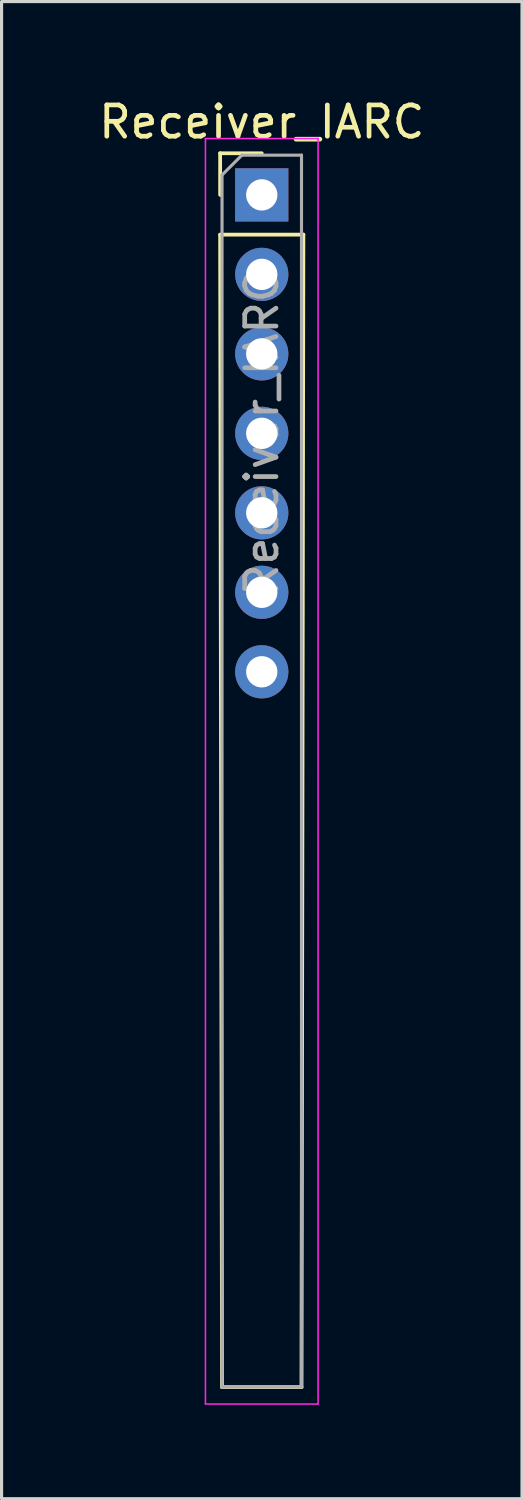
<source format=kicad_pcb>
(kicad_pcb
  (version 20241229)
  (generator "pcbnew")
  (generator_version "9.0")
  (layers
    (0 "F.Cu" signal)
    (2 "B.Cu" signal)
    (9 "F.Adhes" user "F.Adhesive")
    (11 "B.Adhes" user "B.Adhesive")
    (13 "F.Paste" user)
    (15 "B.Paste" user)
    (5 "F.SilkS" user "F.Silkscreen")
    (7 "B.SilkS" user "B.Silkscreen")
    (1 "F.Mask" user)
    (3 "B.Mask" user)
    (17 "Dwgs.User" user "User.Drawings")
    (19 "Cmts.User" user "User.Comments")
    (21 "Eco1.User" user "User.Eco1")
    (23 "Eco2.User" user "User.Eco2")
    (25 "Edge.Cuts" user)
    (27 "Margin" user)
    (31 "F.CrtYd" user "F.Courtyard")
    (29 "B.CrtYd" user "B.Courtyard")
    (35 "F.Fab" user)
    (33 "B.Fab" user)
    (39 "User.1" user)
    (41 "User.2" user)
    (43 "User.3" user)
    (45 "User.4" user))
  (footprint "Receiver_IARC"
    (layer "F.Cu")
    (at 5.315 3.178)
    (property "Reference" "Receiver_IARC" (at 0 -2.33 0) (layer "F.SilkS") (effects (font (size 1 1) (thickness 0.15))))
    (attr through_hole)
    (fp_line (start -1.33 -1.33) (end 0 -1.33) (stroke (width 0.12) (type solid)) (layer "F.SilkS"))
    (fp_line (start -1.33 0) (end -1.33 -1.33) (stroke (width 0.12) (type solid)) (layer "F.SilkS"))
    (fp_line (start -1.33 1.27) (end -1.27 38.1) (stroke (width 0.12) (type solid)) (layer "F.SilkS"))
    (fp_line (start -1.33 1.27) (end 1.33 1.27) (stroke (width 0.12) (type solid)) (layer "F.SilkS"))
    (fp_line (start -1.27 38.1) (end 1.27 38.1) (stroke (width 0.12) (type solid)) (layer "F.SilkS"))
    (fp_line (start 1.33 1.27) (end 1.27 38.1) (stroke (width 0.12) (type solid)) (layer "F.SilkS"))
    (fp_line (start -1.8 -1.8) (end -1.8 38.64) (stroke (width 0.05) (type solid)) (layer "F.CrtYd"))
    (fp_line (start -1.8 38.64) (end 1.8 38.64) (stroke (width 0.05) (type solid)) (layer "F.CrtYd"))
    (fp_line (start 1.8 -1.8) (end -1.8 -1.8) (stroke (width 0.05) (type solid)) (layer "F.CrtYd"))
    (fp_line (start 1.8 38.64) (end 1.8 -1.8) (stroke (width 0.05) (type solid)) (layer "F.CrtYd"))
    (fp_line (start -1.27 -0.635) (end -0.635 -1.27) (stroke (width 0.1) (type solid)) (layer "F.Fab"))
    (fp_line (start -1.27 38.1) (end -1.27 -0.635) (stroke (width 0.1) (type solid)) (layer "F.Fab"))
    (fp_line (start -0.635 -1.27) (end 1.27 -1.27) (stroke (width 0.1) (type solid)) (layer "F.Fab"))
    (fp_line (start 1.27 -1.27) (end 1.27 38.1) (stroke (width 0.1) (type solid)) (layer "F.Fab"))
    (fp_line (start 1.27 38.1) (end -1.27 38.1) (stroke (width 0.1) (type solid)) (layer "F.Fab"))
    (fp_text user "${REFERENCE}" (at 0 7.62 90) (layer "F.Fab") (effects (font (size 1 1) (thickness 0.15))))
    (pad "1" thru_hole rect (at 0 0) (size 1.7 1.7) (drill 1) (layers "*.Cu" "*.Mask"))
    (pad "2" thru_hole oval (at 0 2.54) (size 1.7 1.7) (drill 1) (layers "*.Cu" "*.Mask"))
    (pad "3" thru_hole oval (at 0 5.08) (size 1.7 1.7) (drill 1) (layers "*.Cu" "*.Mask"))
    (pad "4" thru_hole oval (at 0 7.62) (size 1.7 1.7) (drill 1) (layers "*.Cu" "*.Mask"))
    (pad "5" thru_hole oval (at 0 10.16) (size 1.7 1.7) (drill 1) (layers "*.Cu" "*.Mask"))
    (pad "6" thru_hole oval (at 0 12.7) (size 1.7 1.7) (drill 1) (layers "*.Cu" "*.Mask"))
    (pad "7" thru_hole oval (at 0 15.24) (size 1.7 1.7) (drill 1) (layers "*.Cu" "*.Mask")))
  (gr_rect
    (start -3 -3)
    (end 13.631 44.843)
    (stroke (width 0.1) (type default))
    (fill no)
    (layer "Edge.Cuts")))
</source>
